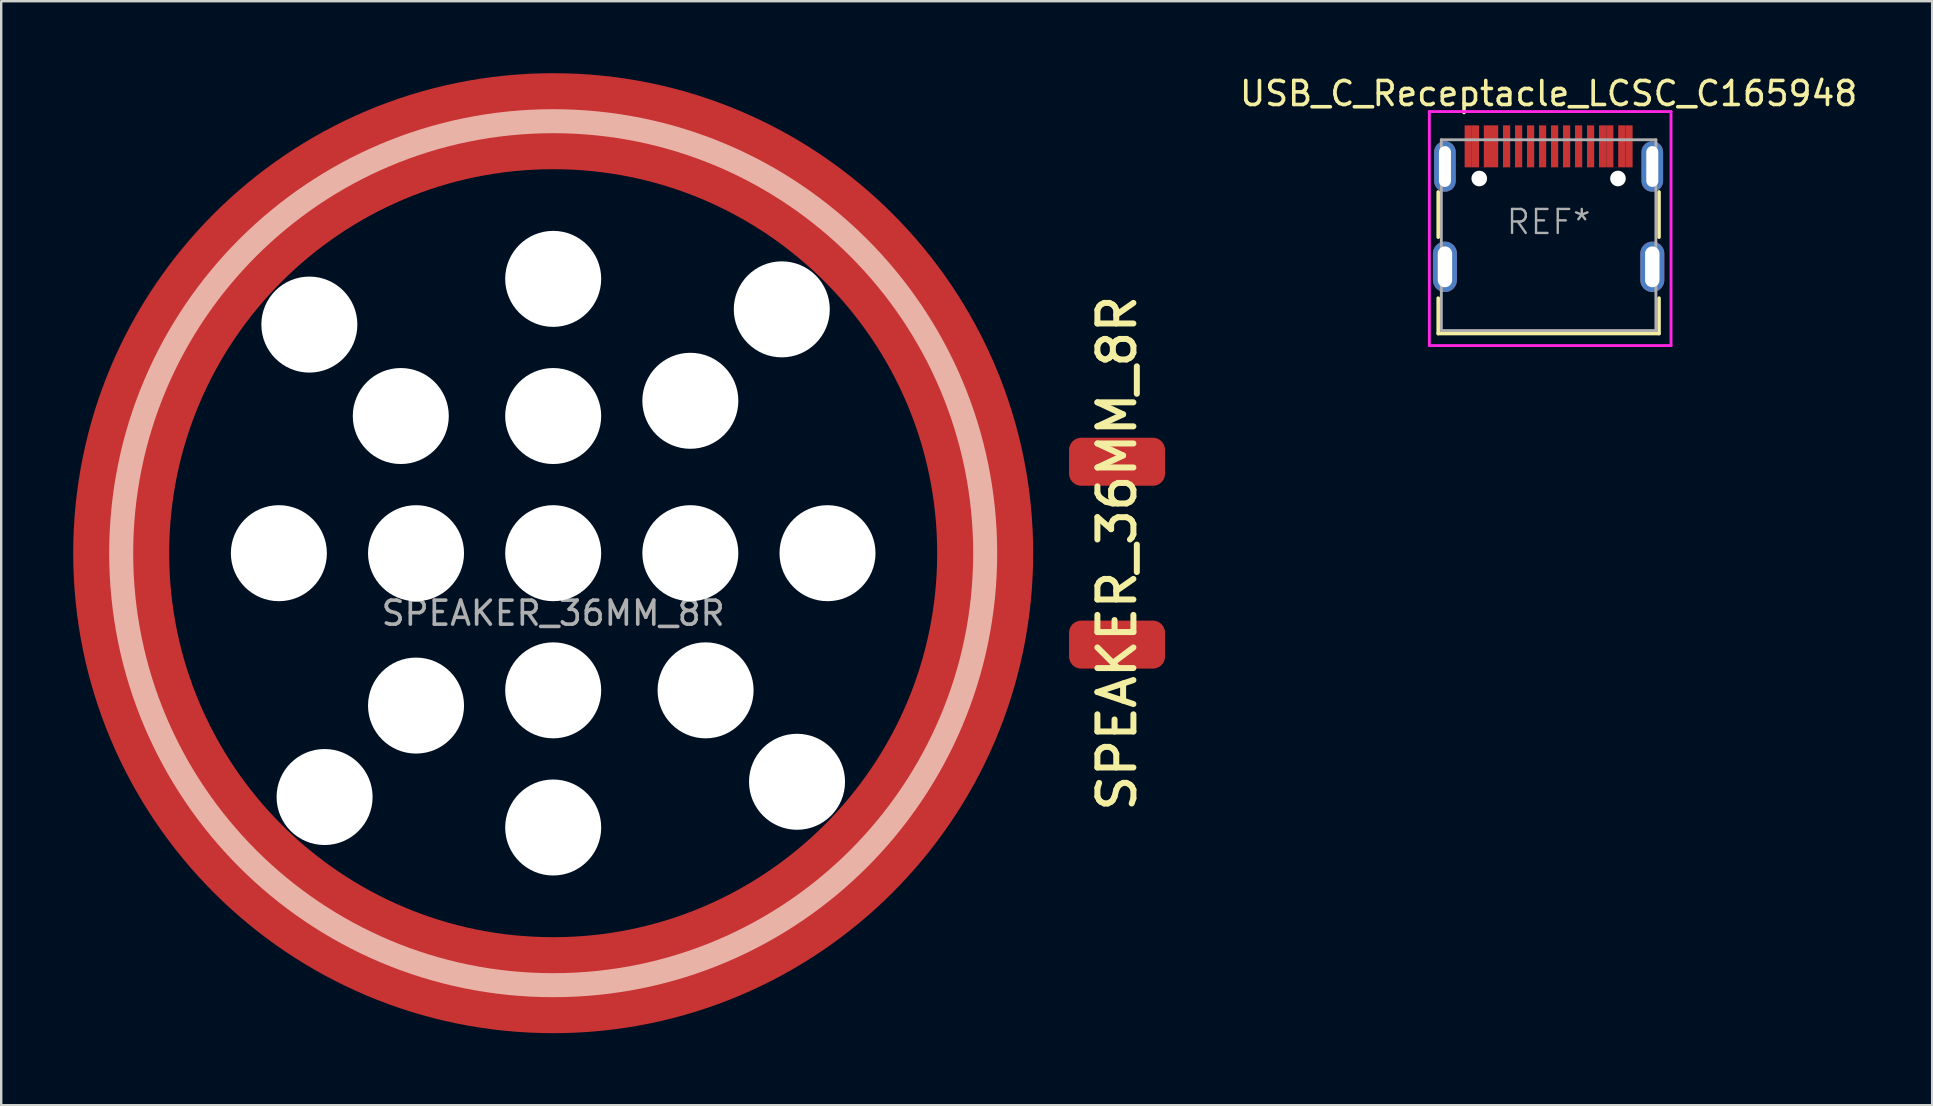
<source format=kicad_pcb>
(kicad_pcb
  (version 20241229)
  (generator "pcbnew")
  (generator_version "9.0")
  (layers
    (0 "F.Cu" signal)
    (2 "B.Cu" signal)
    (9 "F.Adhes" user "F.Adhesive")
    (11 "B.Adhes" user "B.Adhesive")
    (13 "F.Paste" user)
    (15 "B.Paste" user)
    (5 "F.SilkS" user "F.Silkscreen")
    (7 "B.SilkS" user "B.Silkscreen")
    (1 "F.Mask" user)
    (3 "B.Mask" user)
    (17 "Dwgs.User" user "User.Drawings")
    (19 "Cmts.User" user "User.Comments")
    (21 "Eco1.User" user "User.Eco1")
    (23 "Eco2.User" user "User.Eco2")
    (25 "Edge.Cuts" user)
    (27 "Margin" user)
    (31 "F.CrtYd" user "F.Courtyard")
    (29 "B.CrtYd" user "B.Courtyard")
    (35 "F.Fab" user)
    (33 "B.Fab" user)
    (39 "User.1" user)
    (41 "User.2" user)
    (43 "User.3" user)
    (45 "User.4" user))
  (footprint "USB_C_Receptacle_LCSC_C165948"
    (layer "F.Cu")
    (at 61.477 6.198)
    (property "Reference" "USB_C_Receptacle_LCSC_C165948" (at 0 -5.35 0) (layer "F.SilkS") (effects (font (size 1 1) (thickness 0.15))))
    (attr through_hole)
    (fp_line (start -4.6 0.635) (end -4.6 -1.25) (stroke (width 0.15) (type solid)) (layer "F.SilkS"))
    (fp_line (start -4.6 4.65) (end -4.6 3.175) (stroke (width 0.15) (type solid)) (layer "F.SilkS"))
    (fp_line (start 4.6 0.635) (end 4.6 -1.25) (stroke (width 0.15) (type solid)) (layer "F.SilkS"))
    (fp_line (start 4.6 4.65) (end -4.6 4.65) (stroke (width 0.15) (type solid)) (layer "F.SilkS"))
    (fp_line (start 4.6 4.65) (end 4.6 3.175) (stroke (width 0.15) (type solid)) (layer "F.SilkS"))
    (fp_line (start -4.97 -4.6) (end -4.97 5.15) (stroke (width 0.12) (type solid)) (layer "F.CrtYd"))
    (fp_line (start -4.97 -4.6) (end 5.1 -4.6) (stroke (width 0.12) (type solid)) (layer "F.CrtYd"))
    (fp_line (start -4.97 5.15) (end 5.1 5.15) (stroke (width 0.12) (type solid)) (layer "F.CrtYd"))
    (fp_line (start 5.1 -4.6) (end 5.1 5.15) (stroke (width 0.12) (type solid)) (layer "F.CrtYd"))
    (fp_line (start -4.47 -3.425) (end -4.47 4.525) (stroke (width 0.12) (type solid)) (layer "F.Fab"))
    (fp_line (start -4.47 -3.425) (end 4.47 -3.425) (stroke (width 0.12) (type solid)) (layer "F.Fab"))
    (fp_line (start 4.47 -3.425) (end 4.47 4.525) (stroke (width 0.12) (type solid)) (layer "F.Fab"))
    (fp_line (start 4.47 4.525) (end -4.47 4.525) (stroke (width 0.12) (type solid)) (layer "F.Fab"))
    (fp_text user "REF*" (at 0 0 0) (layer "F.Fab") (effects (font (size 1 1) (thickness 0.1))))
    (pad "" np_thru_hole circle (at -2.89 -1.81) (size 0.65 0.65) (drill 0.65) (layers "*.Cu" "*.Mask"))
    (pad "" np_thru_hole circle (at 2.89 -1.81) (size 0.65 0.65) (drill 0.65) (layers "*.Cu" "*.Mask"))
    (pad "A1" smd rect (at -3.35 -3.15) (size 0.3 1.75) (layers "F.Cu" "F.Mask" "F.Paste"))
    (pad "A4" smd rect (at -2.55 -3.15) (size 0.3 1.75) (layers "F.Cu" "F.Mask" "F.Paste"))
    (pad "A5" smd rect (at -1.25 -3.15) (size 0.3 1.75) (layers "F.Cu" "F.Mask" "F.Paste"))
    (pad "A6" smd rect (at -0.25 -3.15) (size 0.3 1.75) (layers "F.Cu" "F.Mask" "F.Paste"))
    (pad "A7" smd rect (at 0.25 -3.15) (size 0.3 1.75) (layers "F.Cu" "F.Mask" "F.Paste"))
    (pad "A8" smd rect (at 1.25 -3.15) (size 0.3 1.75) (layers "F.Cu" "F.Mask" "F.Paste"))
    (pad "A9" smd rect (at 2.55 -3.15) (size 0.3 1.75) (layers "F.Cu" "F.Mask" "F.Paste"))
    (pad "A12" smd rect (at 3.35 -3.15) (size 0.3 1.75) (layers "F.Cu" "F.Mask" "F.Paste"))
    (pad "B1" smd rect (at 3.05 -3.15) (size 0.3 1.75) (layers "F.Cu" "F.Mask" "F.Paste"))
    (pad "B4" smd rect (at 2.25 -3.15) (size 0.3 1.75) (layers "F.Cu" "F.Mask" "F.Paste"))
    (pad "B5" smd rect (at 1.75 -3.15) (size 0.3 1.75) (layers "F.Cu" "F.Mask" "F.Paste"))
    (pad "B6" smd rect (at 0.75 -3.15) (size 0.3 1.75) (layers "F.Cu" "F.Mask" "F.Paste"))
    (pad "B7" smd rect (at -0.75 -3.15) (size 0.3 1.75) (layers "F.Cu" "F.Mask" "F.Paste"))
    (pad "B8" smd rect (at -1.75 -3.15) (size 0.3 1.75) (layers "F.Cu" "F.Mask" "F.Paste"))
    (pad "B9" smd rect (at -2.25 -3.15) (size 0.3 1.75) (layers "F.Cu" "F.Mask" "F.Paste"))
    (pad "B12" smd rect (at -3.05 -3.15) (size 0.3 1.75) (layers "F.Cu" "F.Mask" "F.Paste"))
    (pad "S1" thru_hole oval (at -4.32 -2.31) (size 0.9 2.1) (drill oval 0.5 1.7) (layers "*.Cu" "*.Paste" "*.Mask"))
    (pad "S1" thru_hole oval (at -4.32 1.87) (size 1 2.1) (drill oval 0.6 1.7) (layers "*.Cu" "*.Paste" "*.Mask"))
    (pad "S1" thru_hole oval (at 4.32 -2.31) (size 0.9 2.1) (drill oval 0.5 1.7) (layers "*.Cu" "*.Paste" "*.Mask"))
    (pad "S1" thru_hole oval (at 4.32 1.87) (size 1 2.1) (drill oval 0.6 1.7) (layers "*.Cu" "*.Paste" "*.Mask")))
  (footprint "SPEAKER_36MM_8R"
    (layer "F.Cu")
    (at 20 20)
    (property "Reference" "SPEAKER_36MM_8R" (at 23.495 0 90) (unlocked yes) (layer "F.SilkS") (effects (font (size 1.5 1.5) (thickness 0.25))))
    (attr smd)
    (fp_circle (center 0 0) (end 18 0) (stroke (width 4) (type solid)) (fill no) (layer "F.Cu"))
    (fp_circle (center 0 0) (end 18 0) (stroke (width 4) (type solid)) (fill no) (layer "F.Mask"))
    (fp_circle (center 0 0) (end 18 0) (stroke (width 1) (type solid)) (fill no) (layer "B.SilkS"))
    (fp_text user "${REFERENCE}" (at 0 2.5 0) (unlocked yes) (layer "F.Fab") (effects (font (size 1 1) (thickness 0.15))))
    (pad "" np_thru_hole circle (at -11.43 0) (size 4 4) (drill 4) (layers "*.Cu" "*.Mask"))
    (pad "" np_thru_hole circle (at -10.16 -9.525 90) (size 4 4) (drill 4) (layers "*.Cu" "*.Mask"))
    (pad "" np_thru_hole circle (at -9.525 10.16 180) (size 4 4) (drill 4) (layers "*.Cu" "*.Mask"))
    (pad "" np_thru_hole circle (at -6.35 -5.715 90) (size 4 4) (drill 4) (layers "*.Cu" "*.Mask"))
    (pad "" np_thru_hole circle (at -5.715 0) (size 4 4) (drill 4) (layers "*.Cu" "*.Mask"))
    (pad "" np_thru_hole circle (at -5.715 6.35 180) (size 4 4) (drill 4) (layers "*.Cu" "*.Mask"))
    (pad "" np_thru_hole circle (at 0 -11.43) (size 4 4) (drill 4) (layers "*.Cu" "*.Mask"))
    (pad "" np_thru_hole circle (at 0 -5.715) (size 4 4) (drill 4) (layers "*.Cu" "*.Mask"))
    (pad "" np_thru_hole circle (at 0 0 180) (size 4 4) (drill 4) (layers "*.Cu" "*.Mask"))
    (pad "" np_thru_hole circle (at 0 5.715) (size 4 4) (drill 4) (layers "*.Cu" "*.Mask"))
    (pad "" np_thru_hole circle (at 0 11.43) (size 4 4) (drill 4) (layers "*.Cu" "*.Mask"))
    (pad "" np_thru_hole circle (at 5.715 -6.35) (size 4 4) (drill 4) (layers "*.Cu" "*.Mask"))
    (pad "" np_thru_hole circle (at 5.715 0) (size 4 4) (drill 4) (layers "*.Cu" "*.Mask"))
    (pad "" np_thru_hole circle (at 6.35 5.715 270) (size 4 4) (drill 4) (layers "*.Cu" "*.Mask"))
    (pad "" np_thru_hole circle (at 9.525 -10.16) (size 4 4) (drill 4) (layers "*.Cu" "*.Mask"))
    (pad "" np_thru_hole circle (at 10.16 9.525 270) (size 4 4) (drill 4) (layers "*.Cu" "*.Mask"))
    (pad "" np_thru_hole circle (at 11.43 0) (size 4 4) (drill 4) (layers "*.Cu" "*.Mask"))
    (pad "1" smd roundrect (at 23.495 -3.81) (size 4 2) (layers "F.Cu" "F.Mask" "F.Paste") (roundrect_rratio 0.25))
    (pad "2" smd roundrect (at 23.495 3.81) (size 4 2) (layers "F.Cu" "F.Mask" "F.Paste") (roundrect_rratio 0.25)))
  (gr_rect
    (start -3 -3)
    (end 77.459 43)
    (stroke (width 0.1) (type default))
    (fill no)
    (layer "Edge.Cuts")))
</source>
